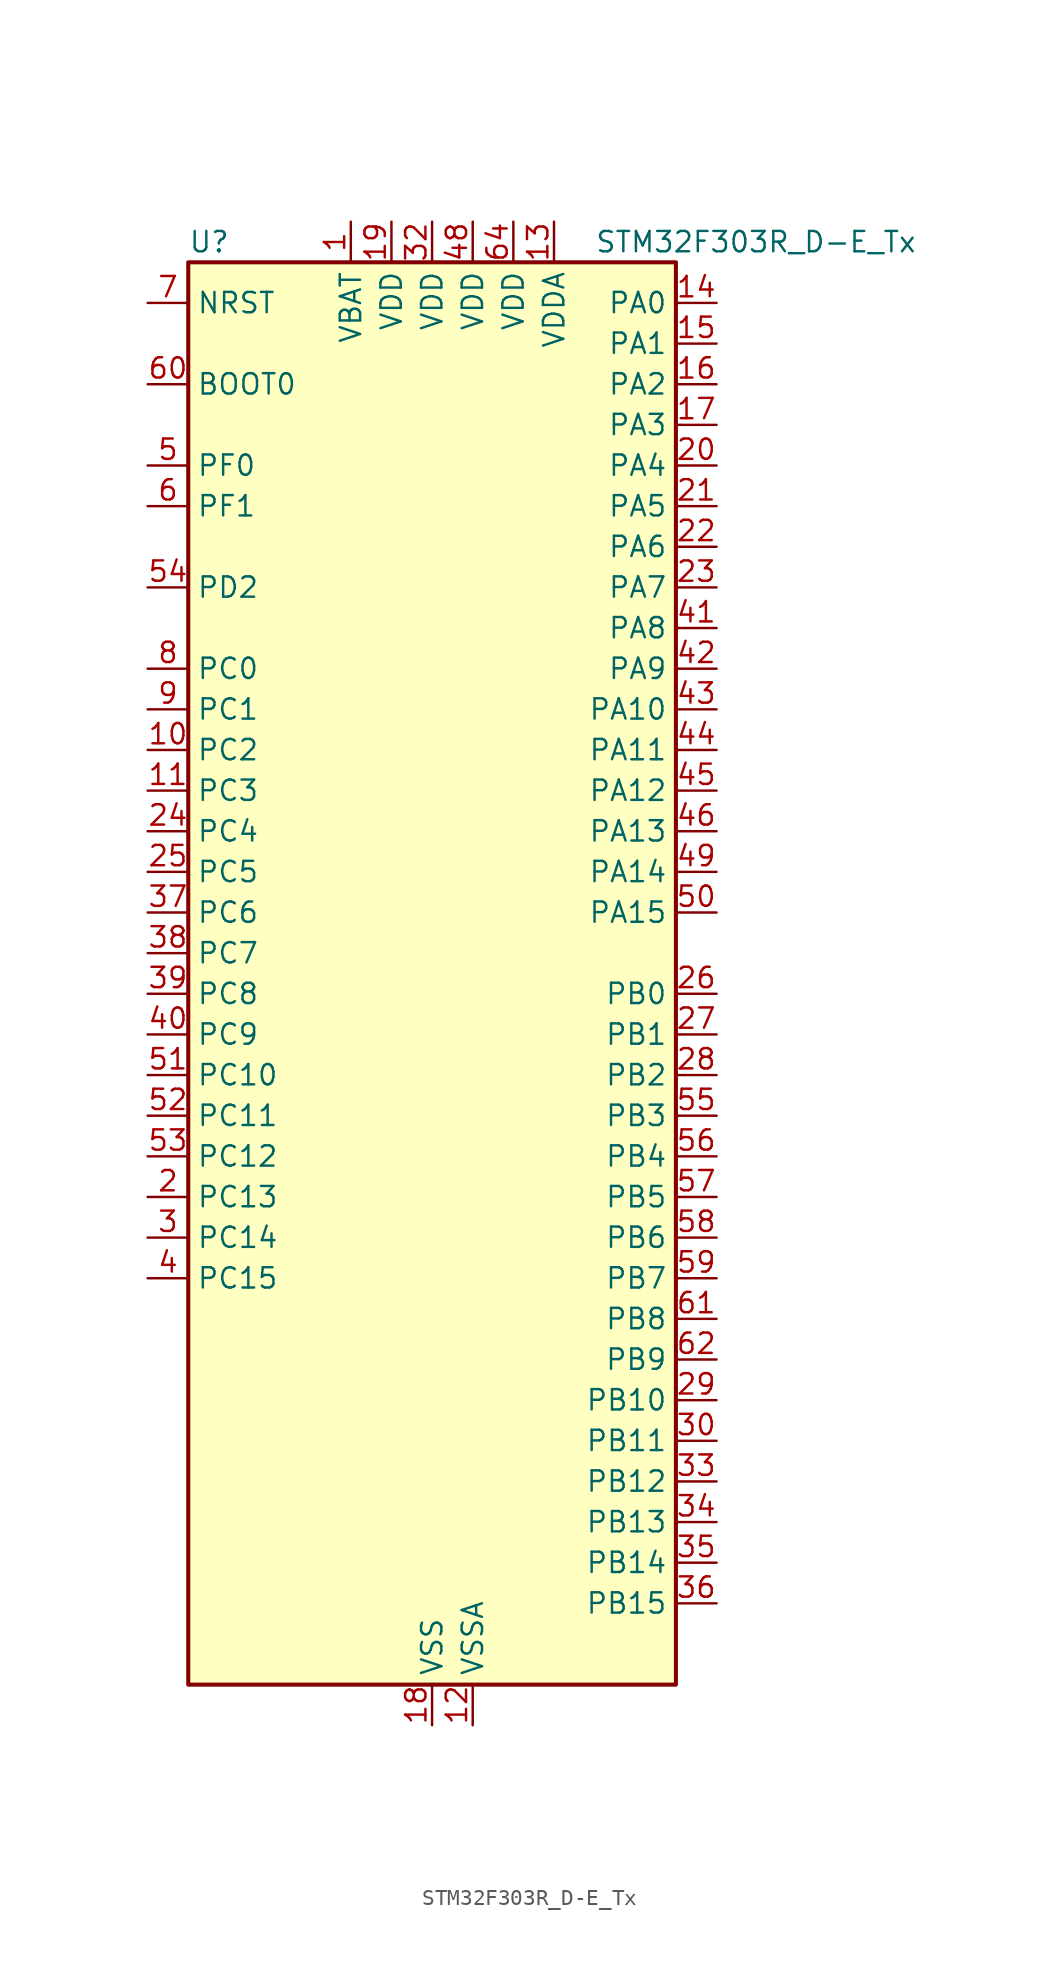
<source format=kicad_sym>
(kicad_symbol_lib
  (version 20220914)
  (generator kicad_symbol_editor)
  (symbol "STM32F303R_D-E_Tx"
    (property "Reference" "U"
      (at -15.24 46.99 0)
      (effects (font (size 1.27 1.27)) (justify left)))
    (property "Value" "STM32F303R_D-E_Tx"
      (at 10.16 46.99 0)
      (effects (font (size 1.27 1.27)) (justify left)))
    (property "ki_locked" ""
      (at 0 0 0)
      (effects (font (size 1.27 1.27))))
    (symbol "STM32F303R_D-E_Tx_0_1"
      (rectangle (start -15.24 -43.18) (end 15.24 45.72) (stroke (width 0.254) (type default)) (fill (type background))))
    (symbol "STM32F303R_D-E_Tx_1_1"
      (pin power_in line (at -5.08 48.26 270) (length 2.54) (name "VBAT" (effects (font (size 1.27 1.27)))) (number "1" (effects (font (size 1.27 1.27)))))
      (pin bidirectional line (at -17.78 15.24 0) (length 2.54) (name "PC2" (effects (font (size 1.27 1.27)))) (number "10" (effects (font (size 1.27 1.27)))) (alternate "ADC1_IN8" bidirectional line) (alternate "ADC2_IN8" bidirectional line) (alternate "ADC3_EXTI2" bidirectional line) (alternate "ADC4_EXTI2" bidirectional line) (alternate "COMP7_OUT" bidirectional line) (alternate "TIM1_CH3" bidirectional line))
      (pin bidirectional line (at -17.78 12.7 0) (length 2.54) (name "PC3" (effects (font (size 1.27 1.27)))) (number "11" (effects (font (size 1.27 1.27)))) (alternate "ADC1_IN9" bidirectional line) (alternate "ADC2_IN9" bidirectional line) (alternate "TIM1_BKIN2" bidirectional line) (alternate "TIM1_CH4" bidirectional line))
      (pin power_in line (at 2.54 -45.72 90) (length 2.54) (name "VSSA" (effects (font (size 1.27 1.27)))) (number "12" (effects (font (size 1.27 1.27)))))
      (pin power_in line (at 7.62 48.26 270) (length 2.54) (name "VDDA" (effects (font (size 1.27 1.27)))) (number "13" (effects (font (size 1.27 1.27)))))
      (pin bidirectional line (at 17.78 43.18 180) (length 2.54) (name "PA0" (effects (font (size 1.27 1.27)))) (number "14" (effects (font (size 1.27 1.27)))) (alternate "ADC1_IN1" bidirectional line) (alternate "COMP1_INM" bidirectional line) (alternate "COMP1_OUT" bidirectional line) (alternate "RTC_TAMP2" bidirectional line) (alternate "SYS_WKUP1" bidirectional line) (alternate "TIM2_CH1" bidirectional line) (alternate "TIM2_ETR" bidirectional line) (alternate "TIM8_BKIN" bidirectional line) (alternate "TIM8_ETR" bidirectional line) (alternate "TSC_G1_IO1" bidirectional line) (alternate "USART2_CTS" bidirectional line))
      (pin bidirectional line (at 17.78 40.64 180) (length 2.54) (name "PA1" (effects (font (size 1.27 1.27)))) (number "15" (effects (font (size 1.27 1.27)))) (alternate "ADC1_IN2" bidirectional line) (alternate "COMP1_INP" bidirectional line) (alternate "OPAMP1_VINP" bidirectional line) (alternate "OPAMP1_VINP_SEC" bidirectional line) (alternate "OPAMP3_VINP" bidirectional line) (alternate "OPAMP3_VINP_SEC" bidirectional line) (alternate "RTC_REFIN" bidirectional line) (alternate "TIM15_CH1N" bidirectional line) (alternate "TIM2_CH2" bidirectional line) (alternate "TSC_G1_IO2" bidirectional line) (alternate "USART2_DE" bidirectional line) (alternate "USART2_RTS" bidirectional line))
      (pin bidirectional line (at 17.78 38.1 180) (length 2.54) (name "PA2" (effects (font (size 1.27 1.27)))) (number "16" (effects (font (size 1.27 1.27)))) (alternate "ADC1_IN3" bidirectional line) (alternate "ADC3_EXTI2" bidirectional line) (alternate "ADC4_EXTI2" bidirectional line) (alternate "COMP2_INM" bidirectional line) (alternate "COMP2_OUT" bidirectional line) (alternate "OPAMP1_VOUT" bidirectional line) (alternate "TIM15_CH1" bidirectional line) (alternate "TIM2_CH3" bidirectional line) (alternate "TSC_G1_IO3" bidirectional line) (alternate "USART2_TX" bidirectional line))
      (pin bidirectional line (at 17.78 35.56 180) (length 2.54) (name "PA3" (effects (font (size 1.27 1.27)))) (number "17" (effects (font (size 1.27 1.27)))) (alternate "ADC1_IN4" bidirectional line) (alternate "OPAMP1_VINM" bidirectional line) (alternate "OPAMP1_VINM_SEC" bidirectional line) (alternate "OPAMP1_VINP" bidirectional line) (alternate "OPAMP1_VINP_SEC" bidirectional line) (alternate "TIM15_CH2" bidirectional line) (alternate "TIM2_CH4" bidirectional line) (alternate "TSC_G1_IO4" bidirectional line) (alternate "USART2_RX" bidirectional line))
      (pin power_in line (at 0 -45.72 90) (length 2.54) (name "VSS" (effects (font (size 1.27 1.27)))) (number "18" (effects (font (size 1.27 1.27)))))
      (pin power_in line (at -2.54 48.26 270) (length 2.54) (name "VDD" (effects (font (size 1.27 1.27)))) (number "19" (effects (font (size 1.27 1.27)))))
      (pin bidirectional line (at -17.78 -12.7 0) (length 2.54) (name "PC13" (effects (font (size 1.27 1.27)))) (number "2" (effects (font (size 1.27 1.27)))) (alternate "RTC_OUT_ALARM" bidirectional line) (alternate "RTC_OUT_CALIB" bidirectional line) (alternate "RTC_TAMP1" bidirectional line) (alternate "RTC_TS" bidirectional line) (alternate "SYS_WKUP2" bidirectional line) (alternate "TIM1_CH1N" bidirectional line))
      (pin bidirectional line (at 17.78 33.02 180) (length 2.54) (name "PA4" (effects (font (size 1.27 1.27)))) (number "20" (effects (font (size 1.27 1.27)))) (alternate "ADC2_IN1" bidirectional line) (alternate "COMP1_INM" bidirectional line) (alternate "COMP2_INM" bidirectional line) (alternate "COMP3_INM" bidirectional line) (alternate "COMP4_INM" bidirectional line) (alternate "COMP5_INM" bidirectional line) (alternate "COMP6_INM" bidirectional line) (alternate "COMP7_INM" bidirectional line) (alternate "DAC1_OUT1" bidirectional line) (alternate "I2S3_WS" bidirectional line) (alternate "OPAMP4_VINP" bidirectional line) (alternate "OPAMP4_VINP_SEC" bidirectional line) (alternate "SPI1_NSS" bidirectional line) (alternate "SPI3_NSS" bidirectional line) (alternate "TIM3_CH2" bidirectional line) (alternate "TSC_G2_IO1" bidirectional line) (alternate "USART2_CK" bidirectional line))
      (pin bidirectional line (at 17.78 30.48 180) (length 2.54) (name "PA5" (effects (font (size 1.27 1.27)))) (number "21" (effects (font (size 1.27 1.27)))) (alternate "ADC2_IN2" bidirectional line) (alternate "COMP1_INM" bidirectional line) (alternate "COMP2_INM" bidirectional line) (alternate "COMP3_INM" bidirectional line) (alternate "COMP4_INM" bidirectional line) (alternate "COMP5_INM" bidirectional line) (alternate "COMP6_INM" bidirectional line) (alternate "COMP7_INM" bidirectional line) (alternate "DAC1_OUT2" bidirectional line) (alternate "OPAMP1_VINP" bidirectional line) (alternate "OPAMP1_VINP_SEC" bidirectional line) (alternate "OPAMP2_VINM" bidirectional line) (alternate "OPAMP2_VINM_SEC" bidirectional line) (alternate "OPAMP3_VINP" bidirectional line) (alternate "OPAMP3_VINP_SEC" bidirectional line) (alternate "SPI1_SCK" bidirectional line) (alternate "TIM2_CH1" bidirectional line) (alternate "TIM2_ETR" bidirectional line) (alternate "TSC_G2_IO2" bidirectional line))
      (pin bidirectional line (at 17.78 27.94 180) (length 2.54) (name "PA6" (effects (font (size 1.27 1.27)))) (number "22" (effects (font (size 1.27 1.27)))) (alternate "ADC2_IN3" bidirectional line) (alternate "COMP1_OUT" bidirectional line) (alternate "OPAMP2_VOUT" bidirectional line) (alternate "SPI1_MISO" bidirectional line) (alternate "TIM16_CH1" bidirectional line) (alternate "TIM1_BKIN" bidirectional line) (alternate "TIM3_CH1" bidirectional line) (alternate "TIM8_BKIN" bidirectional line) (alternate "TSC_G2_IO3" bidirectional line))
      (pin bidirectional line (at 17.78 25.4 180) (length 2.54) (name "PA7" (effects (font (size 1.27 1.27)))) (number "23" (effects (font (size 1.27 1.27)))) (alternate "ADC2_IN4" bidirectional line) (alternate "COMP2_INP" bidirectional line) (alternate "OPAMP1_VINP" bidirectional line) (alternate "OPAMP1_VINP_SEC" bidirectional line) (alternate "OPAMP2_VINP" bidirectional line) (alternate "OPAMP2_VINP_SEC" bidirectional line) (alternate "SPI1_MOSI" bidirectional line) (alternate "TIM17_CH1" bidirectional line) (alternate "TIM1_CH1N" bidirectional line) (alternate "TIM3_CH2" bidirectional line) (alternate "TIM8_CH1N" bidirectional line) (alternate "TSC_G2_IO4" bidirectional line))
      (pin bidirectional line (at -17.78 10.16 0) (length 2.54) (name "PC4" (effects (font (size 1.27 1.27)))) (number "24" (effects (font (size 1.27 1.27)))) (alternate "ADC2_IN5" bidirectional line) (alternate "TIM1_ETR" bidirectional line) (alternate "USART1_TX" bidirectional line))
      (pin bidirectional line (at -17.78 7.62 0) (length 2.54) (name "PC5" (effects (font (size 1.27 1.27)))) (number "25" (effects (font (size 1.27 1.27)))) (alternate "ADC2_IN11" bidirectional line) (alternate "OPAMP1_VINM" bidirectional line) (alternate "OPAMP1_VINM_SEC" bidirectional line) (alternate "OPAMP2_VINM" bidirectional line) (alternate "OPAMP2_VINM_SEC" bidirectional line) (alternate "TIM15_BKIN" bidirectional line) (alternate "TSC_G3_IO1" bidirectional line) (alternate "USART1_RX" bidirectional line))
      (pin bidirectional line (at 17.78 0 180) (length 2.54) (name "PB0" (effects (font (size 1.27 1.27)))) (number "26" (effects (font (size 1.27 1.27)))) (alternate "ADC3_IN12" bidirectional line) (alternate "COMP4_INP" bidirectional line) (alternate "OPAMP2_VINP" bidirectional line) (alternate "OPAMP2_VINP_SEC" bidirectional line) (alternate "OPAMP3_VINP" bidirectional line) (alternate "OPAMP3_VINP_SEC" bidirectional line) (alternate "TIM1_CH2N" bidirectional line) (alternate "TIM3_CH3" bidirectional line) (alternate "TIM8_CH2N" bidirectional line) (alternate "TSC_G3_IO2" bidirectional line))
      (pin bidirectional line (at 17.78 -2.54 180) (length 2.54) (name "PB1" (effects (font (size 1.27 1.27)))) (number "27" (effects (font (size 1.27 1.27)))) (alternate "ADC3_IN1" bidirectional line) (alternate "COMP4_OUT" bidirectional line) (alternate "OPAMP3_VOUT" bidirectional line) (alternate "TIM1_CH3N" bidirectional line) (alternate "TIM3_CH4" bidirectional line) (alternate "TIM8_CH3N" bidirectional line) (alternate "TSC_G3_IO3" bidirectional line))
      (pin bidirectional line (at 17.78 -5.08 180) (length 2.54) (name "PB2" (effects (font (size 1.27 1.27)))) (number "28" (effects (font (size 1.27 1.27)))) (alternate "ADC2_IN12" bidirectional line) (alternate "ADC3_EXTI2" bidirectional line) (alternate "ADC4_EXTI2" bidirectional line) (alternate "COMP4_INM" bidirectional line) (alternate "OPAMP3_VINM" bidirectional line) (alternate "OPAMP3_VINM_SEC" bidirectional line) (alternate "TSC_G3_IO4" bidirectional line))
      (pin bidirectional line (at 17.78 -25.4 180) (length 2.54) (name "PB10" (effects (font (size 1.27 1.27)))) (number "29" (effects (font (size 1.27 1.27)))) (alternate "COMP5_INM" bidirectional line) (alternate "OPAMP3_VINM" bidirectional line) (alternate "OPAMP3_VINM_SEC" bidirectional line) (alternate "OPAMP4_VINM" bidirectional line) (alternate "OPAMP4_VINM_SEC" bidirectional line) (alternate "TIM2_CH3" bidirectional line) (alternate "TSC_SYNC" bidirectional line) (alternate "USART3_TX" bidirectional line))
      (pin bidirectional line (at -17.78 -15.24 0) (length 2.54) (name "PC14" (effects (font (size 1.27 1.27)))) (number "3" (effects (font (size 1.27 1.27)))) (alternate "RCC_OSC32_IN" bidirectional line))
      (pin bidirectional line (at 17.78 -27.94 180) (length 2.54) (name "PB11" (effects (font (size 1.27 1.27)))) (number "30" (effects (font (size 1.27 1.27)))) (alternate "ADC1_EXTI11" bidirectional line) (alternate "ADC1_IN14" bidirectional line) (alternate "ADC2_EXTI11" bidirectional line) (alternate "ADC2_IN14" bidirectional line) (alternate "COMP6_INP" bidirectional line) (alternate "OPAMP4_VINP" bidirectional line) (alternate "OPAMP4_VINP_SEC" bidirectional line) (alternate "TIM2_CH4" bidirectional line) (alternate "TSC_G6_IO1" bidirectional line) (alternate "USART3_RX" bidirectional line))
      (pin passive line (at 0 -45.72 90) (length 2.54) hide (name "VSS" (effects (font (size 1.27 1.27)))) (number "31" (effects (font (size 1.27 1.27)))))
      (pin power_in line (at 0 48.26 270) (length 2.54) (name "VDD" (effects (font (size 1.27 1.27)))) (number "32" (effects (font (size 1.27 1.27)))))
      (pin bidirectional line (at 17.78 -30.48 180) (length 2.54) (name "PB12" (effects (font (size 1.27 1.27)))) (number "33" (effects (font (size 1.27 1.27)))) (alternate "ADC4_IN3" bidirectional line) (alternate "COMP3_INM" bidirectional line) (alternate "I2C2_SMBA" bidirectional line) (alternate "I2S2_WS" bidirectional line) (alternate "OPAMP4_VOUT" bidirectional line) (alternate "SPI2_NSS" bidirectional line) (alternate "TIM1_BKIN" bidirectional line) (alternate "TSC_G6_IO2" bidirectional line) (alternate "USART3_CK" bidirectional line))
      (pin bidirectional line (at 17.78 -33.02 180) (length 2.54) (name "PB13" (effects (font (size 1.27 1.27)))) (number "34" (effects (font (size 1.27 1.27)))) (alternate "ADC3_IN5" bidirectional line) (alternate "COMP5_INP" bidirectional line) (alternate "I2S2_CK" bidirectional line) (alternate "OPAMP3_VINP" bidirectional line) (alternate "OPAMP3_VINP_SEC" bidirectional line) (alternate "OPAMP4_VINP" bidirectional line) (alternate "OPAMP4_VINP_SEC" bidirectional line) (alternate "SPI2_SCK" bidirectional line) (alternate "TIM1_CH1N" bidirectional line) (alternate "TSC_G6_IO3" bidirectional line) (alternate "USART3_CTS" bidirectional line))
      (pin bidirectional line (at 17.78 -35.56 180) (length 2.54) (name "PB14" (effects (font (size 1.27 1.27)))) (number "35" (effects (font (size 1.27 1.27)))) (alternate "ADC4_IN4" bidirectional line) (alternate "COMP3_INP" bidirectional line) (alternate "I2S2_ext_SD" bidirectional line) (alternate "OPAMP2_VINP" bidirectional line) (alternate "OPAMP2_VINP_SEC" bidirectional line) (alternate "SPI2_MISO" bidirectional line) (alternate "TIM15_CH1" bidirectional line) (alternate "TIM1_CH2N" bidirectional line) (alternate "TSC_G6_IO4" bidirectional line) (alternate "USART3_DE" bidirectional line) (alternate "USART3_RTS" bidirectional line))
      (pin bidirectional line (at 17.78 -38.1 180) (length 2.54) (name "PB15" (effects (font (size 1.27 1.27)))) (number "36" (effects (font (size 1.27 1.27)))) (alternate "ADC1_EXTI15" bidirectional line) (alternate "ADC2_EXTI15" bidirectional line) (alternate "ADC3_EXTI15" bidirectional line) (alternate "ADC4_EXTI15" bidirectional line) (alternate "ADC4_IN5" bidirectional line) (alternate "COMP6_INM" bidirectional line) (alternate "I2S2_SD" bidirectional line) (alternate "RTC_REFIN" bidirectional line) (alternate "SPI2_MOSI" bidirectional line) (alternate "TIM15_CH1N" bidirectional line) (alternate "TIM15_CH2" bidirectional line) (alternate "TIM1_CH3N" bidirectional line))
      (pin bidirectional line (at -17.78 5.08 0) (length 2.54) (name "PC6" (effects (font (size 1.27 1.27)))) (number "37" (effects (font (size 1.27 1.27)))) (alternate "COMP6_OUT" bidirectional line) (alternate "I2S2_MCK" bidirectional line) (alternate "TIM3_CH1" bidirectional line) (alternate "TIM8_CH1" bidirectional line))
      (pin bidirectional line (at -17.78 2.54 0) (length 2.54) (name "PC7" (effects (font (size 1.27 1.27)))) (number "38" (effects (font (size 1.27 1.27)))) (alternate "COMP5_OUT" bidirectional line) (alternate "I2S3_MCK" bidirectional line) (alternate "TIM3_CH2" bidirectional line) (alternate "TIM8_CH2" bidirectional line))
      (pin bidirectional line (at -17.78 0 0) (length 2.54) (name "PC8" (effects (font (size 1.27 1.27)))) (number "39" (effects (font (size 1.27 1.27)))) (alternate "COMP3_OUT" bidirectional line) (alternate "TIM3_CH3" bidirectional line) (alternate "TIM8_CH3" bidirectional line))
      (pin bidirectional line (at -17.78 -17.78 0) (length 2.54) (name "PC15" (effects (font (size 1.27 1.27)))) (number "4" (effects (font (size 1.27 1.27)))) (alternate "ADC1_EXTI15" bidirectional line) (alternate "ADC2_EXTI15" bidirectional line) (alternate "ADC3_EXTI15" bidirectional line) (alternate "ADC4_EXTI15" bidirectional line) (alternate "RCC_OSC32_OUT" bidirectional line))
      (pin bidirectional line (at -17.78 -2.54 0) (length 2.54) (name "PC9" (effects (font (size 1.27 1.27)))) (number "40" (effects (font (size 1.27 1.27)))) (alternate "DAC1_EXTI9" bidirectional line) (alternate "I2C3_SDA" bidirectional line) (alternate "I2S_CKIN" bidirectional line) (alternate "TIM3_CH4" bidirectional line) (alternate "TIM8_BKIN2" bidirectional line) (alternate "TIM8_CH4" bidirectional line))
      (pin bidirectional line (at 17.78 22.86 180) (length 2.54) (name "PA8" (effects (font (size 1.27 1.27)))) (number "41" (effects (font (size 1.27 1.27)))) (alternate "COMP3_OUT" bidirectional line) (alternate "I2C2_SMBA" bidirectional line) (alternate "I2C3_SCL" bidirectional line) (alternate "I2S2_MCK" bidirectional line) (alternate "RCC_MCO" bidirectional line) (alternate "TIM1_CH1" bidirectional line) (alternate "TIM4_ETR" bidirectional line) (alternate "USART1_CK" bidirectional line))
      (pin bidirectional line (at 17.78 20.32 180) (length 2.54) (name "PA9" (effects (font (size 1.27 1.27)))) (number "42" (effects (font (size 1.27 1.27)))) (alternate "COMP5_OUT" bidirectional line) (alternate "DAC1_EXTI9" bidirectional line) (alternate "I2C2_SCL" bidirectional line) (alternate "I2C3_SMBA" bidirectional line) (alternate "I2S3_MCK" bidirectional line) (alternate "TIM15_BKIN" bidirectional line) (alternate "TIM1_CH2" bidirectional line) (alternate "TIM2_CH3" bidirectional line) (alternate "TSC_G4_IO1" bidirectional line) (alternate "USART1_TX" bidirectional line))
      (pin bidirectional line (at 17.78 17.78 180) (length 2.54) (name "PA10" (effects (font (size 1.27 1.27)))) (number "43" (effects (font (size 1.27 1.27)))) (alternate "COMP6_OUT" bidirectional line) (alternate "I2C2_SDA" bidirectional line) (alternate "I2S2_ext_SD" bidirectional line) (alternate "SPI2_MISO" bidirectional line) (alternate "TIM17_BKIN" bidirectional line) (alternate "TIM1_CH3" bidirectional line) (alternate "TIM2_CH4" bidirectional line) (alternate "TIM8_BKIN" bidirectional line) (alternate "TSC_G4_IO2" bidirectional line) (alternate "USART1_RX" bidirectional line))
      (pin bidirectional line (at 17.78 15.24 180) (length 2.54) (name "PA11" (effects (font (size 1.27 1.27)))) (number "44" (effects (font (size 1.27 1.27)))) (alternate "ADC1_EXTI11" bidirectional line) (alternate "ADC2_EXTI11" bidirectional line) (alternate "CAN_RX" bidirectional line) (alternate "COMP1_OUT" bidirectional line) (alternate "I2S2_SD" bidirectional line) (alternate "SPI2_MOSI" bidirectional line) (alternate "TIM1_BKIN2" bidirectional line) (alternate "TIM1_CH1N" bidirectional line) (alternate "TIM1_CH4" bidirectional line) (alternate "TIM4_CH1" bidirectional line) (alternate "USART1_CTS" bidirectional line) (alternate "USB_DM" bidirectional line))
      (pin bidirectional line (at 17.78 12.7 180) (length 2.54) (name "PA12" (effects (font (size 1.27 1.27)))) (number "45" (effects (font (size 1.27 1.27)))) (alternate "CAN_TX" bidirectional line) (alternate "COMP2_OUT" bidirectional line) (alternate "I2S_CKIN" bidirectional line) (alternate "TIM16_CH1" bidirectional line) (alternate "TIM1_CH2N" bidirectional line) (alternate "TIM1_ETR" bidirectional line) (alternate "TIM4_CH2" bidirectional line) (alternate "USART1_DE" bidirectional line) (alternate "USART1_RTS" bidirectional line) (alternate "USB_DP" bidirectional line))
      (pin bidirectional line (at 17.78 10.16 180) (length 2.54) (name "PA13" (effects (font (size 1.27 1.27)))) (number "46" (effects (font (size 1.27 1.27)))) (alternate "IR_OUT" bidirectional line) (alternate "SYS_JTMS-SWDIO" bidirectional line) (alternate "TIM16_CH1N" bidirectional line) (alternate "TIM4_CH3" bidirectional line) (alternate "TSC_G4_IO3" bidirectional line) (alternate "USART3_CTS" bidirectional line))
      (pin passive line (at 0 -45.72 90) (length 2.54) hide (name "VSS" (effects (font (size 1.27 1.27)))) (number "47" (effects (font (size 1.27 1.27)))))
      (pin power_in line (at 2.54 48.26 270) (length 2.54) (name "VDD" (effects (font (size 1.27 1.27)))) (number "48" (effects (font (size 1.27 1.27)))))
      (pin bidirectional line (at 17.78 7.62 180) (length 2.54) (name "PA14" (effects (font (size 1.27 1.27)))) (number "49" (effects (font (size 1.27 1.27)))) (alternate "I2C1_SDA" bidirectional line) (alternate "SYS_JTCK-SWCLK" bidirectional line) (alternate "TIM1_BKIN" bidirectional line) (alternate "TIM8_CH2" bidirectional line) (alternate "TSC_G4_IO4" bidirectional line) (alternate "USART2_TX" bidirectional line))
      (pin bidirectional line (at -17.78 33.02 0) (length 2.54) (name "PF0" (effects (font (size 1.27 1.27)))) (number "5" (effects (font (size 1.27 1.27)))) (alternate "I2C2_SDA" bidirectional line) (alternate "I2S2_WS" bidirectional line) (alternate "RCC_OSC_IN" bidirectional line) (alternate "SPI2_NSS" bidirectional line) (alternate "TIM1_CH3N" bidirectional line))
      (pin bidirectional line (at 17.78 5.08 180) (length 2.54) (name "PA15" (effects (font (size 1.27 1.27)))) (number "50" (effects (font (size 1.27 1.27)))) (alternate "ADC1_EXTI15" bidirectional line) (alternate "ADC2_EXTI15" bidirectional line) (alternate "ADC3_EXTI15" bidirectional line) (alternate "ADC4_EXTI15" bidirectional line) (alternate "I2C1_SCL" bidirectional line) (alternate "I2S3_WS" bidirectional line) (alternate "SPI1_NSS" bidirectional line) (alternate "SPI3_NSS" bidirectional line) (alternate "SYS_JTDI" bidirectional line) (alternate "TIM1_BKIN" bidirectional line) (alternate "TIM2_CH1" bidirectional line) (alternate "TIM2_ETR" bidirectional line) (alternate "TIM8_CH1" bidirectional line) (alternate "TSC_SYNC" bidirectional line) (alternate "USART2_RX" bidirectional line))
      (pin bidirectional line (at -17.78 -5.08 0) (length 2.54) (name "PC10" (effects (font (size 1.27 1.27)))) (number "51" (effects (font (size 1.27 1.27)))) (alternate "I2S3_CK" bidirectional line) (alternate "SPI3_SCK" bidirectional line) (alternate "TIM8_CH1N" bidirectional line) (alternate "UART4_TX" bidirectional line) (alternate "USART3_TX" bidirectional line))
      (pin bidirectional line (at -17.78 -7.62 0) (length 2.54) (name "PC11" (effects (font (size 1.27 1.27)))) (number "52" (effects (font (size 1.27 1.27)))) (alternate "ADC1_EXTI11" bidirectional line) (alternate "ADC2_EXTI11" bidirectional line) (alternate "I2S3_ext_SD" bidirectional line) (alternate "SPI3_MISO" bidirectional line) (alternate "TIM8_CH2N" bidirectional line) (alternate "UART4_RX" bidirectional line) (alternate "USART3_RX" bidirectional line))
      (pin bidirectional line (at -17.78 -10.16 0) (length 2.54) (name "PC12" (effects (font (size 1.27 1.27)))) (number "53" (effects (font (size 1.27 1.27)))) (alternate "I2S3_SD" bidirectional line) (alternate "SPI3_MOSI" bidirectional line) (alternate "TIM8_CH3N" bidirectional line) (alternate "UART5_TX" bidirectional line) (alternate "USART3_CK" bidirectional line))
      (pin bidirectional line (at -17.78 25.4 0) (length 2.54) (name "PD2" (effects (font (size 1.27 1.27)))) (number "54" (effects (font (size 1.27 1.27)))) (alternate "ADC3_EXTI2" bidirectional line) (alternate "ADC4_EXTI2" bidirectional line) (alternate "TIM3_ETR" bidirectional line) (alternate "TIM8_BKIN" bidirectional line) (alternate "UART5_RX" bidirectional line))
      (pin bidirectional line (at 17.78 -7.62 180) (length 2.54) (name "PB3" (effects (font (size 1.27 1.27)))) (number "55" (effects (font (size 1.27 1.27)))) (alternate "I2S3_CK" bidirectional line) (alternate "SPI1_SCK" bidirectional line) (alternate "SPI3_SCK" bidirectional line) (alternate "SYS_JTDO-TRACESWO" bidirectional line) (alternate "TIM2_CH2" bidirectional line) (alternate "TIM3_ETR" bidirectional line) (alternate "TIM4_ETR" bidirectional line) (alternate "TIM8_CH1N" bidirectional line) (alternate "TSC_G5_IO1" bidirectional line) (alternate "USART2_TX" bidirectional line))
      (pin bidirectional line (at 17.78 -10.16 180) (length 2.54) (name "PB4" (effects (font (size 1.27 1.27)))) (number "56" (effects (font (size 1.27 1.27)))) (alternate "I2S3_ext_SD" bidirectional line) (alternate "SPI1_MISO" bidirectional line) (alternate "SPI3_MISO" bidirectional line) (alternate "SYS_NJTRST" bidirectional line) (alternate "TIM16_CH1" bidirectional line) (alternate "TIM17_BKIN" bidirectional line) (alternate "TIM3_CH1" bidirectional line) (alternate "TIM8_CH2N" bidirectional line) (alternate "TSC_G5_IO2" bidirectional line) (alternate "USART2_RX" bidirectional line))
      (pin bidirectional line (at 17.78 -12.7 180) (length 2.54) (name "PB5" (effects (font (size 1.27 1.27)))) (number "57" (effects (font (size 1.27 1.27)))) (alternate "I2C1_SMBA" bidirectional line) (alternate "I2C3_SDA" bidirectional line) (alternate "I2S3_SD" bidirectional line) (alternate "SPI1_MOSI" bidirectional line) (alternate "SPI3_MOSI" bidirectional line) (alternate "TIM16_BKIN" bidirectional line) (alternate "TIM17_CH1" bidirectional line) (alternate "TIM3_CH2" bidirectional line) (alternate "TIM8_CH3N" bidirectional line) (alternate "USART2_CK" bidirectional line))
      (pin bidirectional line (at 17.78 -15.24 180) (length 2.54) (name "PB6" (effects (font (size 1.27 1.27)))) (number "58" (effects (font (size 1.27 1.27)))) (alternate "I2C1_SCL" bidirectional line) (alternate "TIM16_CH1N" bidirectional line) (alternate "TIM4_CH1" bidirectional line) (alternate "TIM8_BKIN2" bidirectional line) (alternate "TIM8_CH1" bidirectional line) (alternate "TIM8_ETR" bidirectional line) (alternate "TSC_G5_IO3" bidirectional line) (alternate "USART1_TX" bidirectional line))
      (pin bidirectional line (at 17.78 -17.78 180) (length 2.54) (name "PB7" (effects (font (size 1.27 1.27)))) (number "59" (effects (font (size 1.27 1.27)))) (alternate "I2C1_SDA" bidirectional line) (alternate "TIM17_CH1N" bidirectional line) (alternate "TIM3_CH4" bidirectional line) (alternate "TIM4_CH2" bidirectional line) (alternate "TIM8_BKIN" bidirectional line) (alternate "TSC_G5_IO4" bidirectional line) (alternate "USART1_RX" bidirectional line))
      (pin bidirectional line (at -17.78 30.48 0) (length 2.54) (name "PF1" (effects (font (size 1.27 1.27)))) (number "6" (effects (font (size 1.27 1.27)))) (alternate "I2C2_SCL" bidirectional line) (alternate "I2S2_CK" bidirectional line) (alternate "RCC_OSC_OUT" bidirectional line) (alternate "SPI2_SCK" bidirectional line))
      (pin input line (at -17.78 38.1 0) (length 2.54) (name "BOOT0" (effects (font (size 1.27 1.27)))) (number "60" (effects (font (size 1.27 1.27)))))
      (pin bidirectional line (at 17.78 -20.32 180) (length 2.54) (name "PB8" (effects (font (size 1.27 1.27)))) (number "61" (effects (font (size 1.27 1.27)))) (alternate "CAN_RX" bidirectional line) (alternate "COMP1_OUT" bidirectional line) (alternate "I2C1_SCL" bidirectional line) (alternate "TIM16_CH1" bidirectional line) (alternate "TIM1_BKIN" bidirectional line) (alternate "TIM4_CH3" bidirectional line) (alternate "TIM8_CH2" bidirectional line) (alternate "TSC_SYNC" bidirectional line) (alternate "USART3_RX" bidirectional line))
      (pin bidirectional line (at 17.78 -22.86 180) (length 2.54) (name "PB9" (effects (font (size 1.27 1.27)))) (number "62" (effects (font (size 1.27 1.27)))) (alternate "CAN_TX" bidirectional line) (alternate "COMP2_OUT" bidirectional line) (alternate "DAC1_EXTI9" bidirectional line) (alternate "I2C1_SDA" bidirectional line) (alternate "IR_OUT" bidirectional line) (alternate "TIM17_CH1" bidirectional line) (alternate "TIM4_CH4" bidirectional line) (alternate "TIM8_CH3" bidirectional line) (alternate "USART3_TX" bidirectional line))
      (pin passive line (at 0 -45.72 90) (length 2.54) hide (name "VSS" (effects (font (size 1.27 1.27)))) (number "63" (effects (font (size 1.27 1.27)))))
      (pin power_in line (at 5.08 48.26 270) (length 2.54) (name "VDD" (effects (font (size 1.27 1.27)))) (number "64" (effects (font (size 1.27 1.27)))))
      (pin input line (at -17.78 43.18 0) (length 2.54) (name "NRST" (effects (font (size 1.27 1.27)))) (number "7" (effects (font (size 1.27 1.27)))))
      (pin bidirectional line (at -17.78 20.32 0) (length 2.54) (name "PC0" (effects (font (size 1.27 1.27)))) (number "8" (effects (font (size 1.27 1.27)))) (alternate "ADC1_IN6" bidirectional line) (alternate "ADC2_IN6" bidirectional line) (alternate "COMP7_INM" bidirectional line) (alternate "TIM1_CH1" bidirectional line))
      (pin bidirectional line (at -17.78 17.78 0) (length 2.54) (name "PC1" (effects (font (size 1.27 1.27)))) (number "9" (effects (font (size 1.27 1.27)))) (alternate "ADC1_IN7" bidirectional line) (alternate "ADC2_IN7" bidirectional line) (alternate "COMP7_INP" bidirectional line) (alternate "TIM1_CH2" bidirectional line)))))
</source>
